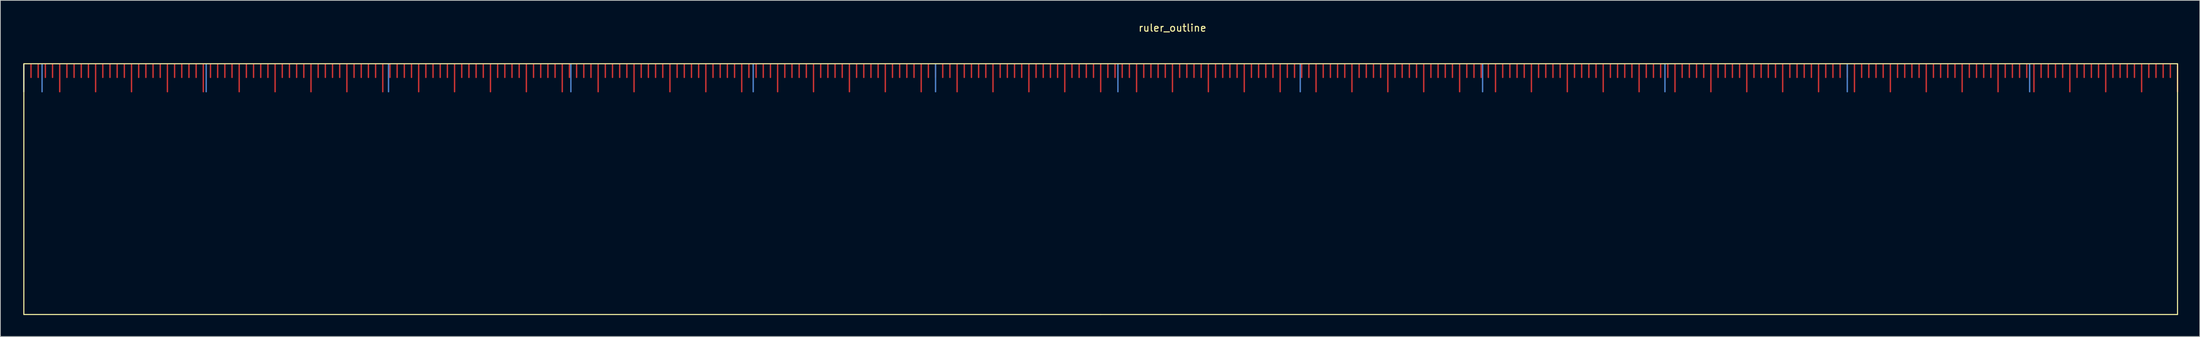
<source format=kicad_pcb>
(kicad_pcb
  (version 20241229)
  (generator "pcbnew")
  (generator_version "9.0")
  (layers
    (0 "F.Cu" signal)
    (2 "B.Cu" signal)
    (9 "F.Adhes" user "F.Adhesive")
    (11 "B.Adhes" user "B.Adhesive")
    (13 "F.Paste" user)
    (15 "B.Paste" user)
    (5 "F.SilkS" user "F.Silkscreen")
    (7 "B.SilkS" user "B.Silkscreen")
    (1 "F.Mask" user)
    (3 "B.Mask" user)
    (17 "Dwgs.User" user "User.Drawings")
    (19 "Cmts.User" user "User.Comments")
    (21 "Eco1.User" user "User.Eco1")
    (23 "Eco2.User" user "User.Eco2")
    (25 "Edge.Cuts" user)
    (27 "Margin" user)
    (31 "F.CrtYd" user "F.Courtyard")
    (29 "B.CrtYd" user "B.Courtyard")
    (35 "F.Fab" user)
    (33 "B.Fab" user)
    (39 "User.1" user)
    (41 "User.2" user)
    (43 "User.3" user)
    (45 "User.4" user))
  (footprint "ruler_outline"
    (layer "F.Cu")
    (at 0.25 5.788)
    (property "Reference" "ruler_outline" (at 160.02 -4.94 0) (layer "F.SilkS") (effects (font (size 1 1) (thickness 0.15))))
    (attr through_hole)
    (fp_line (start 0.02 0.06) (end 150.02 0.06) (stroke (width 0.15) (type solid)) (layer "F.SilkS"))
    (fp_line (start 0.02 35.06) (end 0.02 0.06) (stroke (width 0.15) (type solid)) (layer "F.SilkS"))
    (fp_line (start 150.02 0.06) (end 300.02 0.06) (stroke (width 0.15) (type solid)) (layer "F.SilkS"))
    (fp_line (start 150.02 35.06) (end 0.02 35.06) (stroke (width 0.15) (type solid)) (layer "F.SilkS"))
    (fp_line (start 300.02 0.06) (end 300.02 35.06) (stroke (width 0.15) (type solid)) (layer "F.SilkS"))
    (fp_line (start 300.02 35.06) (end 150.02 35.06) (stroke (width 0.15) (type solid)) (layer "F.SilkS"))
    (pad "1" smd oval (at 0.02 2.06) (size 0.2 4) (layers "F.Cu" "F.Mask" "F.Paste"))
    (pad "1" smd oval (at 0.02 2.06) (size 0.2 4) (layers "B.Cu" "B.Mask" "B.Paste"))
    (pad "2" smd oval (at 5.02 2.06) (size 0.2 4) (layers "F.Cu" "F.Mask" "F.Paste"))
    (pad "3" smd oval (at 10.02 2.06) (size 0.2 4) (layers "F.Cu" "F.Mask" "F.Paste"))
    (pad "4" smd oval (at 15.02 2.06) (size 0.2 4) (layers "F.Cu" "F.Mask" "F.Paste"))
    (pad "5" smd oval (at 20.02 2.06) (size 0.2 4) (layers "F.Cu" "F.Mask" "F.Paste"))
    (pad "6" smd oval (at 25.02 2.06) (size 0.2 4) (layers "F.Cu" "F.Mask" "F.Paste"))
    (pad "7" smd oval (at 30.02 2.06) (size 0.2 4) (layers "F.Cu" "F.Mask" "F.Paste"))
    (pad "8" smd oval (at 35.02 2.06) (size 0.2 4) (layers "F.Cu" "F.Mask" "F.Paste"))
    (pad "9" smd oval (at 40.02 2.06) (size 0.2 4) (layers "F.Cu" "F.Mask" "F.Paste"))
    (pad "10" smd oval (at 45.02 2.06) (size 0.2 4) (layers "F.Cu" "F.Mask" "F.Paste"))
    (pad "11" smd oval (at 50.02 2.06) (size 0.2 4) (layers "F.Cu" "F.Mask" "F.Paste"))
    (pad "12" smd oval (at 55.02 2.06) (size 0.2 4) (layers "F.Cu" "F.Mask" "F.Paste"))
    (pad "13" smd oval (at 60.02 2.06) (size 0.2 4) (layers "F.Cu" "F.Mask" "F.Paste"))
    (pad "14" smd oval (at 65.02 2.06) (size 0.2 4) (layers "F.Cu" "F.Mask" "F.Paste"))
    (pad "15" smd oval (at 70.02 2.06) (size 0.2 4) (layers "F.Cu" "F.Mask" "F.Paste"))
    (pad "16" smd oval (at 75.02 2.06) (size 0.2 4) (layers "F.Cu" "F.Mask" "F.Paste"))
    (pad "17" smd oval (at 80.02 2.06) (size 0.2 4) (layers "F.Cu" "F.Mask" "F.Paste"))
    (pad "18" smd oval (at 85.02 2.06) (size 0.2 4) (layers "F.Cu" "F.Mask" "F.Paste"))
    (pad "19" smd oval (at 90.02 2.06) (size 0.2 4) (layers "F.Cu" "F.Mask" "F.Paste"))
    (pad "20" smd oval (at 95.02 2.06) (size 0.2 4) (layers "F.Cu" "F.Mask" "F.Paste"))
    (pad "21" smd oval (at 100.02 2.06) (size 0.2 4) (layers "F.Cu" "F.Mask" "F.Paste"))
    (pad "22" smd oval (at 105.02 2.06) (size 0.2 4) (layers "F.Cu" "F.Mask" "F.Paste"))
    (pad "23" smd oval (at 110.02 2.06) (size 0.2 4) (layers "F.Cu" "F.Mask" "F.Paste"))
    (pad "24" smd oval (at 115.02 2.06) (size 0.2 4) (layers "F.Cu" "F.Mask" "F.Paste"))
    (pad "25" smd oval (at 120.02 2.06) (size 0.2 4) (layers "F.Cu" "F.Mask" "F.Paste"))
    (pad "26" smd oval (at 125.02 2.06) (size 0.2 4) (layers "F.Cu" "F.Mask" "F.Paste"))
    (pad "27" smd oval (at 130.02 2.06) (size 0.2 4) (layers "F.Cu" "F.Mask" "F.Paste"))
    (pad "28" smd oval (at 135.02 2.06) (size 0.2 4) (layers "F.Cu" "F.Mask" "F.Paste"))
    (pad "29" smd oval (at 140.02 2.06) (size 0.2 4) (layers "F.Cu" "F.Mask" "F.Paste"))
    (pad "30" smd oval (at 145.02 2.06) (size 0.2 4) (layers "F.Cu" "F.Mask" "F.Paste"))
    (pad "31" smd oval (at 150.02 2.06) (size 0.2 4) (layers "F.Cu" "F.Mask" "F.Paste"))
    (pad "32" smd oval (at 155.02 2.06) (size 0.2 4) (layers "F.Cu" "F.Mask" "F.Paste"))
    (pad "33" smd oval (at 160.02 2.06) (size 0.2 4) (layers "F.Cu" "F.Mask" "F.Paste"))
    (pad "34" smd oval (at 165.02 2.06) (size 0.2 4) (layers "F.Cu" "F.Mask" "F.Paste"))
    (pad "35" smd oval (at 170.02 2.06) (size 0.2 4) (layers "F.Cu" "F.Mask" "F.Paste"))
    (pad "36" smd oval (at 175.02 2.06) (size 0.2 4) (layers "F.Cu" "F.Mask" "F.Paste"))
    (pad "37" smd oval (at 180.02 2.06) (size 0.2 4) (layers "F.Cu" "F.Mask" "F.Paste"))
    (pad "38" smd oval (at 185.02 2.06) (size 0.2 4) (layers "F.Cu" "F.Mask" "F.Paste"))
    (pad "39" smd oval (at 190.02 2.06) (size 0.2 4) (layers "F.Cu" "F.Mask" "F.Paste"))
    (pad "40" smd oval (at 195.02 2.06) (size 0.2 4) (layers "F.Cu" "F.Mask" "F.Paste"))
    (pad "41" smd oval (at 200.02 2.06) (size 0.2 4) (layers "F.Cu" "F.Mask" "F.Paste"))
    (pad "42" smd oval (at 205.02 2.06) (size 0.2 4) (layers "F.Cu" "F.Mask" "F.Paste"))
    (pad "43" smd oval (at 210.02 2.06) (size 0.2 4) (layers "F.Cu" "F.Mask" "F.Paste"))
    (pad "44" smd oval (at 215.02 2.06) (size 0.2 4) (layers "F.Cu" "F.Mask" "F.Paste"))
    (pad "45" smd oval (at 220.02 2.06) (size 0.2 4) (layers "F.Cu" "F.Mask" "F.Paste"))
    (pad "46" smd oval (at 225.02 2.06) (size 0.2 4) (layers "F.Cu" "F.Mask" "F.Paste"))
    (pad "47" smd oval (at 230.02 2.06) (size 0.2 4) (layers "F.Cu" "F.Mask" "F.Paste"))
    (pad "48" smd oval (at 235.02 2.06) (size 0.2 4) (layers "F.Cu" "F.Mask" "F.Paste"))
    (pad "49" smd oval (at 240.02 2.06) (size 0.2 4) (layers "F.Cu" "F.Mask" "F.Paste"))
    (pad "50" smd oval (at 245.02 2.06) (size 0.2 4) (layers "F.Cu" "F.Mask" "F.Paste"))
    (pad "51" smd oval (at 250.02 2.06) (size 0.2 4) (layers "F.Cu" "F.Mask" "F.Paste"))
    (pad "52" smd oval (at 255.02 2.06) (size 0.2 4) (layers "F.Cu" "F.Mask" "F.Paste"))
    (pad "53" smd oval (at 260.02 2.06) (size 0.2 4) (layers "F.Cu" "F.Mask" "F.Paste"))
    (pad "54" smd oval (at 265.02 2.06) (size 0.2 4) (layers "F.Cu" "F.Mask" "F.Paste"))
    (pad "55" smd oval (at 270.02 2.06) (size 0.2 4) (layers "F.Cu" "F.Mask" "F.Paste"))
    (pad "56" smd oval (at 275.02 2.06) (size 0.2 4) (layers "F.Cu" "F.Mask" "F.Paste"))
    (pad "57" smd oval (at 280.02 2.06) (size 0.2 4) (layers "F.Cu" "F.Mask" "F.Paste"))
    (pad "58" smd oval (at 285.02 2.06) (size 0.2 4) (layers "F.Cu" "F.Mask" "F.Paste"))
    (pad "59" smd oval (at 290.02 2.06) (size 0.2 4) (layers "F.Cu" "F.Mask" "F.Paste"))
    (pad "60" smd oval (at 295.02 2.06) (size 0.2 4) (layers "F.Cu" "F.Mask" "F.Paste"))
    (pad "61" smd oval (at 300.02 2.06) (size 0.2 4) (layers "F.Cu" "F.Mask" "F.Paste"))
    (pad "62" smd oval (at 1.02 1.06) (size 0.2 2) (layers "F.Cu" "F.Mask" "F.Paste"))
    (pad "63" smd oval (at 2.02 1.06) (size 0.2 2) (layers "F.Cu" "F.Mask" "F.Paste"))
    (pad "64" smd oval (at 3.02 1.06) (size 0.2 2) (layers "F.Cu" "F.Mask" "F.Paste"))
    (pad "65" smd oval (at 4.02 1.06) (size 0.2 2) (layers "F.Cu" "F.Mask" "F.Paste"))
    (pad "66" smd oval (at 6.02 1.06) (size 0.2 2) (layers "F.Cu" "F.Mask" "F.Paste"))
    (pad "67" smd oval (at 11.02 1.06) (size 0.2 2) (layers "F.Cu" "F.Mask" "F.Paste"))
    (pad "68" smd oval (at 16.02 1.06) (size 0.2 2) (layers "F.Cu" "F.Mask" "F.Paste"))
    (pad "69" smd oval (at 21.02 1.06) (size 0.2 2) (layers "F.Cu" "F.Mask" "F.Paste"))
    (pad "70" smd oval (at 26.02 1.06) (size 0.2 2) (layers "F.Cu" "F.Mask" "F.Paste"))
    (pad "71" smd oval (at 31.02 1.06) (size 0.2 2) (layers "F.Cu" "F.Mask" "F.Paste"))
    (pad "72" smd oval (at 36.02 1.06) (size 0.2 2) (layers "F.Cu" "F.Mask" "F.Paste"))
    (pad "73" smd oval (at 41.02 1.06) (size 0.2 2) (layers "F.Cu" "F.Mask" "F.Paste"))
    (pad "74" smd oval (at 46.02 1.06) (size 0.2 2) (layers "F.Cu" "F.Mask" "F.Paste"))
    (pad "75" smd oval (at 51.02 1.06) (size 0.2 2) (layers "F.Cu" "F.Mask" "F.Paste"))
    (pad "76" smd oval (at 56.02 1.06) (size 0.2 2) (layers "F.Cu" "F.Mask" "F.Paste"))
    (pad "77" smd oval (at 61.02 1.06) (size 0.2 2) (layers "F.Cu" "F.Mask" "F.Paste"))
    (pad "78" smd oval (at 66.02 1.06) (size 0.2 2) (layers "F.Cu" "F.Mask" "F.Paste"))
    (pad "79" smd oval (at 71.02 1.06) (size 0.2 2) (layers "F.Cu" "F.Mask" "F.Paste"))
    (pad "80" smd oval (at 76.02 1.06) (size 0.2 2) (layers "F.Cu" "F.Mask" "F.Paste"))
    (pad "81" smd oval (at 81.02 1.06) (size 0.2 2) (layers "F.Cu" "F.Mask" "F.Paste"))
    (pad "82" smd oval (at 86.02 1.06) (size 0.2 2) (layers "F.Cu" "F.Mask" "F.Paste"))
    (pad "83" smd oval (at 91.02 1.06) (size 0.2 2) (layers "F.Cu" "F.Mask" "F.Paste"))
    (pad "84" smd oval (at 96.02 1.06) (size 0.2 2) (layers "F.Cu" "F.Mask" "F.Paste"))
    (pad "85" smd oval (at 101.02 1.06) (size 0.2 2) (layers "F.Cu" "F.Mask" "F.Paste"))
    (pad "86" smd oval (at 106.02 1.06) (size 0.2 2) (layers "F.Cu" "F.Mask" "F.Paste"))
    (pad "87" smd oval (at 111.02 1.06) (size 0.2 2) (layers "F.Cu" "F.Mask" "F.Paste"))
    (pad "88" smd oval (at 116.02 1.06) (size 0.2 2) (layers "F.Cu" "F.Mask" "F.Paste"))
    (pad "89" smd oval (at 121.02 1.06) (size 0.2 2) (layers "F.Cu" "F.Mask" "F.Paste"))
    (pad "90" smd oval (at 126.02 1.06) (size 0.2 2) (layers "F.Cu" "F.Mask" "F.Paste"))
    (pad "91" smd oval (at 131.02 1.06) (size 0.2 2) (layers "F.Cu" "F.Mask" "F.Paste"))
    (pad "92" smd oval (at 136.02 1.06) (size 0.2 2) (layers "F.Cu" "F.Mask" "F.Paste"))
    (pad "93" smd oval (at 141.02 1.06) (size 0.2 2) (layers "F.Cu" "F.Mask" "F.Paste"))
    (pad "94" smd oval (at 146.02 1.06) (size 0.2 2) (layers "F.Cu" "F.Mask" "F.Paste"))
    (pad "95" smd oval (at 151.02 1.06) (size 0.2 2) (layers "F.Cu" "F.Mask" "F.Paste"))
    (pad "96" smd oval (at 156.02 1.06) (size 0.2 2) (layers "F.Cu" "F.Mask" "F.Paste"))
    (pad "97" smd oval (at 161.02 1.06) (size 0.2 2) (layers "F.Cu" "F.Mask" "F.Paste"))
    (pad "98" smd oval (at 166.02 1.06) (size 0.2 2) (layers "F.Cu" "F.Mask" "F.Paste"))
    (pad "99" smd oval (at 171.02 1.06) (size 0.2 2) (layers "F.Cu" "F.Mask" "F.Paste"))
    (pad "100" smd oval (at 176.02 1.06) (size 0.2 2) (layers "F.Cu" "F.Mask" "F.Paste"))
    (pad "101" smd oval (at 181.02 1.06) (size 0.2 2) (layers "F.Cu" "F.Mask" "F.Paste"))
    (pad "102" smd oval (at 186.02 1.06) (size 0.2 2) (layers "F.Cu" "F.Mask" "F.Paste"))
    (pad "103" smd oval (at 191.02 1.06) (size 0.2 2) (layers "F.Cu" "F.Mask" "F.Paste"))
    (pad "104" smd oval (at 196.02 1.06) (size 0.2 2) (layers "F.Cu" "F.Mask" "F.Paste"))
    (pad "105" smd oval (at 201.02 1.06) (size 0.2 2) (layers "F.Cu" "F.Mask" "F.Paste"))
    (pad "106" smd oval (at 206.02 1.06) (size 0.2 2) (layers "F.Cu" "F.Mask" "F.Paste"))
    (pad "107" smd oval (at 211.02 1.06) (size 0.2 2) (layers "F.Cu" "F.Mask" "F.Paste"))
    (pad "108" smd oval (at 216.02 1.06) (size 0.2 2) (layers "F.Cu" "F.Mask" "F.Paste"))
    (pad "109" smd oval (at 221.02 1.06) (size 0.2 2) (layers "F.Cu" "F.Mask" "F.Paste"))
    (pad "110" smd oval (at 226.02 1.06) (size 0.2 2) (layers "F.Cu" "F.Mask" "F.Paste"))
    (pad "111" smd oval (at 231.02 1.06) (size 0.2 2) (layers "F.Cu" "F.Mask" "F.Paste"))
    (pad "112" smd oval (at 236.02 1.06) (size 0.2 2) (layers "F.Cu" "F.Mask" "F.Paste"))
    (pad "113" smd oval (at 241.02 1.06) (size 0.2 2) (layers "F.Cu" "F.Mask" "F.Paste"))
    (pad "114" smd oval (at 246.02 1.06) (size 0.2 2) (layers "F.Cu" "F.Mask" "F.Paste"))
    (pad "115" smd oval (at 251.02 1.06) (size 0.2 2) (layers "F.Cu" "F.Mask" "F.Paste"))
    (pad "116" smd oval (at 256.02 1.06) (size 0.2 2) (layers "F.Cu" "F.Mask" "F.Paste"))
    (pad "117" smd oval (at 261.02 1.06) (size 0.2 2) (layers "F.Cu" "F.Mask" "F.Paste"))
    (pad "118" smd oval (at 266.02 1.06) (size 0.2 2) (layers "F.Cu" "F.Mask" "F.Paste"))
    (pad "119" smd oval (at 271.02 1.06) (size 0.2 2) (layers "F.Cu" "F.Mask" "F.Paste"))
    (pad "120" smd oval (at 276.02 1.06) (size 0.2 2) (layers "F.Cu" "F.Mask" "F.Paste"))
    (pad "121" smd oval (at 281.02 1.06) (size 0.2 2) (layers "F.Cu" "F.Mask" "F.Paste"))
    (pad "122" smd oval (at 286.02 1.06) (size 0.2 2) (layers "F.Cu" "F.Mask" "F.Paste"))
    (pad "123" smd oval (at 291.02 1.06) (size 0.2 2) (layers "F.Cu" "F.Mask" "F.Paste"))
    (pad "124" smd oval (at 296.02 1.06) (size 0.2 2) (layers "F.Cu" "F.Mask" "F.Paste"))
    (pad "125" smd oval (at 7.02 1.06) (size 0.2 2) (layers "F.Cu" "F.Mask" "F.Paste"))
    (pad "126" smd oval (at 12.02 1.06) (size 0.2 2) (layers "F.Cu" "F.Mask" "F.Paste"))
    (pad "127" smd oval (at 17.02 1.06) (size 0.2 2) (layers "F.Cu" "F.Mask" "F.Paste"))
    (pad "128" smd oval (at 22.02 1.06) (size 0.2 2) (layers "F.Cu" "F.Mask" "F.Paste"))
    (pad "129" smd oval (at 27.02 1.06) (size 0.2 2) (layers "F.Cu" "F.Mask" "F.Paste"))
    (pad "130" smd oval (at 32.02 1.06) (size 0.2 2) (layers "F.Cu" "F.Mask" "F.Paste"))
    (pad "131" smd oval (at 37.02 1.06) (size 0.2 2) (layers "F.Cu" "F.Mask" "F.Paste"))
    (pad "132" smd oval (at 42.02 1.06) (size 0.2 2) (layers "F.Cu" "F.Mask" "F.Paste"))
    (pad "133" smd oval (at 47.02 1.06) (size 0.2 2) (layers "F.Cu" "F.Mask" "F.Paste"))
    (pad "134" smd oval (at 52.02 1.06) (size 0.2 2) (layers "F.Cu" "F.Mask" "F.Paste"))
    (pad "135" smd oval (at 57.02 1.06) (size 0.2 2) (layers "F.Cu" "F.Mask" "F.Paste"))
    (pad "136" smd oval (at 62.02 1.06) (size 0.2 2) (layers "F.Cu" "F.Mask" "F.Paste"))
    (pad "137" smd oval (at 67.02 1.06) (size 0.2 2) (layers "F.Cu" "F.Mask" "F.Paste"))
    (pad "138" smd oval (at 72.02 1.06) (size 0.2 2) (layers "F.Cu" "F.Mask" "F.Paste"))
    (pad "139" smd oval (at 77.02 1.06) (size 0.2 2) (layers "F.Cu" "F.Mask" "F.Paste"))
    (pad "140" smd oval (at 82.02 1.06) (size 0.2 2) (layers "F.Cu" "F.Mask" "F.Paste"))
    (pad "141" smd oval (at 87.02 1.06) (size 0.2 2) (layers "F.Cu" "F.Mask" "F.Paste"))
    (pad "142" smd oval (at 92.02 1.06) (size 0.2 2) (layers "F.Cu" "F.Mask" "F.Paste"))
    (pad "143" smd oval (at 97.02 1.06) (size 0.2 2) (layers "F.Cu" "F.Mask" "F.Paste"))
    (pad "144" smd oval (at 102.02 1.06) (size 0.2 2) (layers "F.Cu" "F.Mask" "F.Paste"))
    (pad "145" smd oval (at 107.02 1.06) (size 0.2 2) (layers "F.Cu" "F.Mask" "F.Paste"))
    (pad "146" smd oval (at 112.02 1.06) (size 0.2 2) (layers "F.Cu" "F.Mask" "F.Paste"))
    (pad "147" smd oval (at 117.02 1.06) (size 0.2 2) (layers "F.Cu" "F.Mask" "F.Paste"))
    (pad "148" smd oval (at 122.02 1.06) (size 0.2 2) (layers "F.Cu" "F.Mask" "F.Paste"))
    (pad "149" smd oval (at 127.02 1.06) (size 0.2 2) (layers "F.Cu" "F.Mask" "F.Paste"))
    (pad "150" smd oval (at 132.02 1.06) (size 0.2 2) (layers "F.Cu" "F.Mask" "F.Paste"))
    (pad "151" smd oval (at 137.02 1.06) (size 0.2 2) (layers "F.Cu" "F.Mask" "F.Paste"))
    (pad "152" smd oval (at 142.02 1.06) (size 0.2 2) (layers "F.Cu" "F.Mask" "F.Paste"))
    (pad "153" smd oval (at 147.02 1.06) (size 0.2 2) (layers "F.Cu" "F.Mask" "F.Paste"))
    (pad "154" smd oval (at 152.02 1.06) (size 0.2 2) (layers "F.Cu" "F.Mask" "F.Paste"))
    (pad "155" smd oval (at 157.02 1.06) (size 0.2 2) (layers "F.Cu" "F.Mask" "F.Paste"))
    (pad "156" smd oval (at 162.02 1.06) (size 0.2 2) (layers "F.Cu" "F.Mask" "F.Paste"))
    (pad "157" smd oval (at 167.02 1.06) (size 0.2 2) (layers "F.Cu" "F.Mask" "F.Paste"))
    (pad "158" smd oval (at 172.02 1.06) (size 0.2 2) (layers "F.Cu" "F.Mask" "F.Paste"))
    (pad "159" smd oval (at 177.02 1.06) (size 0.2 2) (layers "F.Cu" "F.Mask" "F.Paste"))
    (pad "160" smd oval (at 182.02 1.06) (size 0.2 2) (layers "F.Cu" "F.Mask" "F.Paste"))
    (pad "161" smd oval (at 187.02 1.06) (size 0.2 2) (layers "F.Cu" "F.Mask" "F.Paste"))
    (pad "162" smd oval (at 192.02 1.06) (size 0.2 2) (layers "F.Cu" "F.Mask" "F.Paste"))
    (pad "163" smd oval (at 197.02 1.06) (size 0.2 2) (layers "F.Cu" "F.Mask" "F.Paste"))
    (pad "164" smd oval (at 202.02 1.06) (size 0.2 2) (layers "F.Cu" "F.Mask" "F.Paste"))
    (pad "165" smd oval (at 207.02 1.06) (size 0.2 2) (layers "F.Cu" "F.Mask" "F.Paste"))
    (pad "166" smd oval (at 212.02 1.06) (size 0.2 2) (layers "F.Cu" "F.Mask" "F.Paste"))
    (pad "167" smd oval (at 217.02 1.06) (size 0.2 2) (layers "F.Cu" "F.Mask" "F.Paste"))
    (pad "168" smd oval (at 222.02 1.06) (size 0.2 2) (layers "F.Cu" "F.Mask" "F.Paste"))
    (pad "169" smd oval (at 227.02 1.06) (size 0.2 2) (layers "F.Cu" "F.Mask" "F.Paste"))
    (pad "170" smd oval (at 232.02 1.06) (size 0.2 2) (layers "F.Cu" "F.Mask" "F.Paste"))
    (pad "171" smd oval (at 237.02 1.06) (size 0.2 2) (layers "F.Cu" "F.Mask" "F.Paste"))
    (pad "172" smd oval (at 242.02 1.06) (size 0.2 2) (layers "F.Cu" "F.Mask" "F.Paste"))
    (pad "173" smd oval (at 247.02 1.06) (size 0.2 2) (layers "F.Cu" "F.Mask" "F.Paste"))
    (pad "174" smd oval (at 252.02 1.06) (size 0.2 2) (layers "F.Cu" "F.Mask" "F.Paste"))
    (pad "175" smd oval (at 257.02 1.06) (size 0.2 2) (layers "F.Cu" "F.Mask" "F.Paste"))
    (pad "176" smd oval (at 262.02 1.06) (size 0.2 2) (layers "F.Cu" "F.Mask" "F.Paste"))
    (pad "177" smd oval (at 267.02 1.06) (size 0.2 2) (layers "F.Cu" "F.Mask" "F.Paste"))
    (pad "178" smd oval (at 272.02 1.06) (size 0.2 2) (layers "F.Cu" "F.Mask" "F.Paste"))
    (pad "179" smd oval (at 277.02 1.06) (size 0.2 2) (layers "F.Cu" "F.Mask" "F.Paste"))
    (pad "180" smd oval (at 282.02 1.06) (size 0.2 2) (layers "F.Cu" "F.Mask" "F.Paste"))
    (pad "181" smd oval (at 287.02 1.06) (size 0.2 2) (layers "F.Cu" "F.Mask" "F.Paste"))
    (pad "182" smd oval (at 292.02 1.06) (size 0.2 2) (layers "F.Cu" "F.Mask" "F.Paste"))
    (pad "183" smd oval (at 297.02 1.06) (size 0.2 2) (layers "F.Cu" "F.Mask" "F.Paste"))
    (pad "184" smd oval (at 8.02 1.06) (size 0.2 2) (layers "F.Cu" "F.Mask" "F.Paste"))
    (pad "185" smd oval (at 13.02 1.06) (size 0.2 2) (layers "F.Cu" "F.Mask" "F.Paste"))
    (pad "186" smd oval (at 18.02 1.06) (size 0.2 2) (layers "F.Cu" "F.Mask" "F.Paste"))
    (pad "187" smd oval (at 23.02 1.06) (size 0.2 2) (layers "F.Cu" "F.Mask" "F.Paste"))
    (pad "188" smd oval (at 28.02 1.06) (size 0.2 2) (layers "F.Cu" "F.Mask" "F.Paste"))
    (pad "189" smd oval (at 33.02 1.06) (size 0.2 2) (layers "F.Cu" "F.Mask" "F.Paste"))
    (pad "190" smd oval (at 38.02 1.06) (size 0.2 2) (layers "F.Cu" "F.Mask" "F.Paste"))
    (pad "191" smd oval (at 43.02 1.06) (size 0.2 2) (layers "F.Cu" "F.Mask" "F.Paste"))
    (pad "192" smd oval (at 48.02 1.06) (size 0.2 2) (layers "F.Cu" "F.Mask" "F.Paste"))
    (pad "193" smd oval (at 53.02 1.06) (size 0.2 2) (layers "F.Cu" "F.Mask" "F.Paste"))
    (pad "194" smd oval (at 58.02 1.06) (size 0.2 2) (layers "F.Cu" "F.Mask" "F.Paste"))
    (pad "195" smd oval (at 63.02 1.06) (size 0.2 2) (layers "F.Cu" "F.Mask" "F.Paste"))
    (pad "196" smd oval (at 68.02 1.06) (size 0.2 2) (layers "F.Cu" "F.Mask" "F.Paste"))
    (pad "197" smd oval (at 73.02 1.06) (size 0.2 2) (layers "F.Cu" "F.Mask" "F.Paste"))
    (pad "198" smd oval (at 78.02 1.06) (size 0.2 2) (layers "F.Cu" "F.Mask" "F.Paste"))
    (pad "199" smd oval (at 83.02 1.06) (size 0.2 2) (layers "F.Cu" "F.Mask" "F.Paste"))
    (pad "200" smd oval (at 88.02 1.06) (size 0.2 2) (layers "F.Cu" "F.Mask" "F.Paste"))
    (pad "201" smd oval (at 93.02 1.06) (size 0.2 2) (layers "F.Cu" "F.Mask" "F.Paste"))
    (pad "202" smd oval (at 98.02 1.06) (size 0.2 2) (layers "F.Cu" "F.Mask" "F.Paste"))
    (pad "203" smd oval (at 103.02 1.06) (size 0.2 2) (layers "F.Cu" "F.Mask" "F.Paste"))
    (pad "204" smd oval (at 108.02 1.06) (size 0.2 2) (layers "F.Cu" "F.Mask" "F.Paste"))
    (pad "205" smd oval (at 113.02 1.06) (size 0.2 2) (layers "F.Cu" "F.Mask" "F.Paste"))
    (pad "206" smd oval (at 118.02 1.06) (size 0.2 2) (layers "F.Cu" "F.Mask" "F.Paste"))
    (pad "207" smd oval (at 123.02 1.06) (size 0.2 2) (layers "F.Cu" "F.Mask" "F.Paste"))
    (pad "208" smd oval (at 128.02 1.06) (size 0.2 2) (layers "F.Cu" "F.Mask" "F.Paste"))
    (pad "209" smd oval (at 133.02 1.06) (size 0.2 2) (layers "F.Cu" "F.Mask" "F.Paste"))
    (pad "210" smd oval (at 138.02 1.06) (size 0.2 2) (layers "F.Cu" "F.Mask" "F.Paste"))
    (pad "211" smd oval (at 143.02 1.06) (size 0.2 2) (layers "F.Cu" "F.Mask" "F.Paste"))
    (pad "212" smd oval (at 148.02 1.06) (size 0.2 2) (layers "F.Cu" "F.Mask" "F.Paste"))
    (pad "213" smd oval (at 153.02 1.06) (size 0.2 2) (layers "F.Cu" "F.Mask" "F.Paste"))
    (pad "214" smd oval (at 158.02 1.06) (size 0.2 2) (layers "F.Cu" "F.Mask" "F.Paste"))
    (pad "215" smd oval (at 163.02 1.06) (size 0.2 2) (layers "F.Cu" "F.Mask" "F.Paste"))
    (pad "216" smd oval (at 168.02 1.06) (size 0.2 2) (layers "F.Cu" "F.Mask" "F.Paste"))
    (pad "217" smd oval (at 173.02 1.06) (size 0.2 2) (layers "F.Cu" "F.Mask" "F.Paste"))
    (pad "218" smd oval (at 178.02 1.06) (size 0.2 2) (layers "F.Cu" "F.Mask" "F.Paste"))
    (pad "219" smd oval (at 183.02 1.06) (size 0.2 2) (layers "F.Cu" "F.Mask" "F.Paste"))
    (pad "220" smd oval (at 188.02 1.06) (size 0.2 2) (layers "F.Cu" "F.Mask" "F.Paste"))
    (pad "221" smd oval (at 193.02 1.06) (size 0.2 2) (layers "F.Cu" "F.Mask" "F.Paste"))
    (pad "222" smd oval (at 198.02 1.06) (size 0.2 2) (layers "F.Cu" "F.Mask" "F.Paste"))
    (pad "223" smd oval (at 203.02 1.06) (size 0.2 2) (layers "F.Cu" "F.Mask" "F.Paste"))
    (pad "224" smd oval (at 208.02 1.06) (size 0.2 2) (layers "F.Cu" "F.Mask" "F.Paste"))
    (pad "225" smd oval (at 213.02 1.06) (size 0.2 2) (layers "F.Cu" "F.Mask" "F.Paste"))
    (pad "226" smd oval (at 218.02 1.06) (size 0.2 2) (layers "F.Cu" "F.Mask" "F.Paste"))
    (pad "227" smd oval (at 223.02 1.06) (size 0.2 2) (layers "F.Cu" "F.Mask" "F.Paste"))
    (pad "228" smd oval (at 228.02 1.06) (size 0.2 2) (layers "F.Cu" "F.Mask" "F.Paste"))
    (pad "229" smd oval (at 233.02 1.06) (size 0.2 2) (layers "F.Cu" "F.Mask" "F.Paste"))
    (pad "230" smd oval (at 238.02 1.06) (size 0.2 2) (layers "F.Cu" "F.Mask" "F.Paste"))
    (pad "231" smd oval (at 243.02 1.06) (size 0.2 2) (layers "F.Cu" "F.Mask" "F.Paste"))
    (pad "232" smd oval (at 248.02 1.06) (size 0.2 2) (layers "F.Cu" "F.Mask" "F.Paste"))
    (pad "233" smd oval (at 253.02 1.06) (size 0.2 2) (layers "F.Cu" "F.Mask" "F.Paste"))
    (pad "234" smd oval (at 258.02 1.06) (size 0.2 2) (layers "F.Cu" "F.Mask" "F.Paste"))
    (pad "235" smd oval (at 263.02 1.06) (size 0.2 2) (layers "F.Cu" "F.Mask" "F.Paste"))
    (pad "236" smd oval (at 268.02 1.06) (size 0.2 2) (layers "F.Cu" "F.Mask" "F.Paste"))
    (pad "237" smd oval (at 273.02 1.06) (size 0.2 2) (layers "F.Cu" "F.Mask" "F.Paste"))
    (pad "238" smd oval (at 278.02 1.06) (size 0.2 2) (layers "F.Cu" "F.Mask" "F.Paste"))
    (pad "239" smd oval (at 283.02 1.06) (size 0.2 2) (layers "F.Cu" "F.Mask" "F.Paste"))
    (pad "240" smd oval (at 288.02 1.06) (size 0.2 2) (layers "F.Cu" "F.Mask" "F.Paste"))
    (pad "241" smd oval (at 293.02 1.06) (size 0.2 2) (layers "F.Cu" "F.Mask" "F.Paste"))
    (pad "242" smd oval (at 298.02 1.06) (size 0.2 2) (layers "F.Cu" "F.Mask" "F.Paste"))
    (pad "243" smd oval (at 9.02 1.06) (size 0.2 2) (layers "F.Cu" "F.Mask" "F.Paste"))
    (pad "244" smd oval (at 14.02 1.06) (size 0.2 2) (layers "F.Cu" "F.Mask" "F.Paste"))
    (pad "245" smd oval (at 19.02 1.06) (size 0.2 2) (layers "F.Cu" "F.Mask" "F.Paste"))
    (pad "246" smd oval (at 24.02 1.06) (size 0.2 2) (layers "F.Cu" "F.Mask" "F.Paste"))
    (pad "247" smd oval (at 29.02 1.06) (size 0.2 2) (layers "F.Cu" "F.Mask" "F.Paste"))
    (pad "248" smd oval (at 34.02 1.06) (size 0.2 2) (layers "F.Cu" "F.Mask" "F.Paste"))
    (pad "249" smd oval (at 39.02 1.06) (size 0.2 2) (layers "F.Cu" "F.Mask" "F.Paste"))
    (pad "250" smd oval (at 44.02 1.06) (size 0.2 2) (layers "F.Cu" "F.Mask" "F.Paste"))
    (pad "251" smd oval (at 49.02 1.06) (size 0.2 2) (layers "F.Cu" "F.Mask" "F.Paste"))
    (pad "252" smd oval (at 54.02 1.06) (size 0.2 2) (layers "F.Cu" "F.Mask" "F.Paste"))
    (pad "253" smd oval (at 59.02 1.06) (size 0.2 2) (layers "F.Cu" "F.Mask" "F.Paste"))
    (pad "254" smd oval (at 64.02 1.06) (size 0.2 2) (layers "F.Cu" "F.Mask" "F.Paste"))
    (pad "255" smd oval (at 69.02 1.06) (size 0.2 2) (layers "F.Cu" "F.Mask" "F.Paste"))
    (pad "256" smd oval (at 74.02 1.06) (size 0.2 2) (layers "F.Cu" "F.Mask" "F.Paste"))
    (pad "257" smd oval (at 79.02 1.06) (size 0.2 2) (layers "F.Cu" "F.Mask" "F.Paste"))
    (pad "258" smd oval (at 84.02 1.06) (size 0.2 2) (layers "F.Cu" "F.Mask" "F.Paste"))
    (pad "259" smd oval (at 89.02 1.06) (size 0.2 2) (layers "F.Cu" "F.Mask" "F.Paste"))
    (pad "260" smd oval (at 94.02 1.06) (size 0.2 2) (layers "F.Cu" "F.Mask" "F.Paste"))
    (pad "261" smd oval (at 99.02 1.06) (size 0.2 2) (layers "F.Cu" "F.Mask" "F.Paste"))
    (pad "262" smd oval (at 104.02 1.06) (size 0.2 2) (layers "F.Cu" "F.Mask" "F.Paste"))
    (pad "263" smd oval (at 109.02 1.06) (size 0.2 2) (layers "F.Cu" "F.Mask" "F.Paste"))
    (pad "264" smd oval (at 114.02 1.06) (size 0.2 2) (layers "F.Cu" "F.Mask" "F.Paste"))
    (pad "265" smd oval (at 119.02 1.06) (size 0.2 2) (layers "F.Cu" "F.Mask" "F.Paste"))
    (pad "266" smd oval (at 124.02 1.06) (size 0.2 2) (layers "F.Cu" "F.Mask" "F.Paste"))
    (pad "267" smd oval (at 129.02 1.06) (size 0.2 2) (layers "F.Cu" "F.Mask" "F.Paste"))
    (pad "268" smd oval (at 134.02 1.06) (size 0.2 2) (layers "F.Cu" "F.Mask" "F.Paste"))
    (pad "269" smd oval (at 139.02 1.06) (size 0.2 2) (layers "F.Cu" "F.Mask" "F.Paste"))
    (pad "270" smd oval (at 144.02 1.06) (size 0.2 2) (layers "F.Cu" "F.Mask" "F.Paste"))
    (pad "271" smd oval (at 149.02 1.06) (size 0.2 2) (layers "F.Cu" "F.Mask" "F.Paste"))
    (pad "272" smd oval (at 154.02 1.06) (size 0.2 2) (layers "F.Cu" "F.Mask" "F.Paste"))
    (pad "273" smd oval (at 159.02 1.06) (size 0.2 2) (layers "F.Cu" "F.Mask" "F.Paste"))
    (pad "274" smd oval (at 164.02 1.06) (size 0.2 2) (layers "F.Cu" "F.Mask" "F.Paste"))
    (pad "275" smd oval (at 169.02 1.06) (size 0.2 2) (layers "F.Cu" "F.Mask" "F.Paste"))
    (pad "276" smd oval (at 174.02 1.06) (size 0.2 2) (layers "F.Cu" "F.Mask" "F.Paste"))
    (pad "277" smd oval (at 179.02 1.06) (size 0.2 2) (layers "F.Cu" "F.Mask" "F.Paste"))
    (pad "278" smd oval (at 184.02 1.06) (size 0.2 2) (layers "F.Cu" "F.Mask" "F.Paste"))
    (pad "279" smd oval (at 189.02 1.06) (size 0.2 2) (layers "F.Cu" "F.Mask" "F.Paste"))
    (pad "280" smd oval (at 194.02 1.06) (size 0.2 2) (layers "F.Cu" "F.Mask" "F.Paste"))
    (pad "281" smd oval (at 199.02 1.06) (size 0.2 2) (layers "F.Cu" "F.Mask" "F.Paste"))
    (pad "282" smd oval (at 204.02 1.06) (size 0.2 2) (layers "F.Cu" "F.Mask" "F.Paste"))
    (pad "283" smd oval (at 209.02 1.06) (size 0.2 2) (layers "F.Cu" "F.Mask" "F.Paste"))
    (pad "284" smd oval (at 214.02 1.06) (size 0.2 2) (layers "F.Cu" "F.Mask" "F.Paste"))
    (pad "285" smd oval (at 219.02 1.06) (size 0.2 2) (layers "F.Cu" "F.Mask" "F.Paste"))
    (pad "286" smd oval (at 224.02 1.06) (size 0.2 2) (layers "F.Cu" "F.Mask" "F.Paste"))
    (pad "287" smd oval (at 229.02 1.06) (size 0.2 2) (layers "F.Cu" "F.Mask" "F.Paste"))
    (pad "288" smd oval (at 234.02 1.06) (size 0.2 2) (layers "F.Cu" "F.Mask" "F.Paste"))
    (pad "289" smd oval (at 239.02 1.06) (size 0.2 2) (layers "F.Cu" "F.Mask" "F.Paste"))
    (pad "290" smd oval (at 244.02 1.06) (size 0.2 2) (layers "F.Cu" "F.Mask" "F.Paste"))
    (pad "291" smd oval (at 249.02 1.06) (size 0.2 2) (layers "F.Cu" "F.Mask" "F.Paste"))
    (pad "292" smd oval (at 254.02 1.06) (size 0.2 2) (layers "F.Cu" "F.Mask" "F.Paste"))
    (pad "293" smd oval (at 259.02 1.06) (size 0.2 2) (layers "F.Cu" "F.Mask" "F.Paste"))
    (pad "294" smd oval (at 264.02 1.06) (size 0.2 2) (layers "F.Cu" "F.Mask" "F.Paste"))
    (pad "295" smd oval (at 269.02 1.06) (size 0.2 2) (layers "F.Cu" "F.Mask" "F.Paste"))
    (pad "296" smd oval (at 274.02 1.06) (size 0.2 2) (layers "F.Cu" "F.Mask" "F.Paste"))
    (pad "297" smd oval (at 279.02 1.06) (size 0.2 2) (layers "F.Cu" "F.Mask" "F.Paste"))
    (pad "298" smd oval (at 284.02 1.06) (size 0.2 2) (layers "F.Cu" "F.Mask" "F.Paste"))
    (pad "299" smd oval (at 289.02 1.06) (size 0.2 2) (layers "F.Cu" "F.Mask" "F.Paste"))
    (pad "300" smd oval (at 294.02 1.06) (size 0.2 2) (layers "F.Cu" "F.Mask" "F.Paste"))
    (pad "301" smd oval (at 299.02 1.06) (size 0.2 2) (layers "F.Cu" "F.Mask" "F.Paste"))
    (pad "302" smd oval (at 25.42 2.06) (size 0.2 4) (layers "B.Cu" "B.Mask" "B.Paste"))
    (pad "303" smd oval (at 50.82 2.06) (size 0.2 4) (layers "B.Cu" "B.Mask" "B.Paste"))
    (pad "304" smd oval (at 76.22 2.06) (size 0.2 4) (layers "B.Cu" "B.Mask" "B.Paste"))
    (pad "305" smd oval (at 101.62 2.06) (size 0.2 4) (layers "B.Cu" "B.Mask" "B.Paste"))
    (pad "306" smd oval (at 127.02 2.06) (size 0.2 4) (layers "B.Cu" "B.Mask" "B.Paste"))
    (pad "307" smd oval (at 152.42 2.06) (size 0.2 4) (layers "B.Cu" "B.Mask" "B.Paste"))
    (pad "308" smd oval (at 177.82 2.06) (size 0.2 4) (layers "B.Cu" "B.Mask" "B.Paste"))
    (pad "309" smd oval (at 203.22 2.06) (size 0.2 4) (layers "B.Cu" "B.Mask" "B.Paste"))
    (pad "310" smd oval (at 228.62 2.06) (size 0.2 4) (layers "B.Cu" "B.Mask" "B.Paste"))
    (pad "311" smd oval (at 254.02 2.06) (size 0.2 4) (layers "B.Cu" "B.Mask" "B.Paste"))
    (pad "312" smd oval (at 279.42 2.06) (size 0.2 4) (layers "B.Cu" "B.Mask" "B.Paste"))
    (pad "313" smd oval (at 2.56 2.06) (size 0.2 4) (layers "B.Cu" "B.Mask" "B.Paste")))
  (gr_rect
    (start -3 -3)
    (end 303.37 43.923)
    (stroke (width 0.1) (type default))
    (fill no)
    (layer "Edge.Cuts")))
</source>
